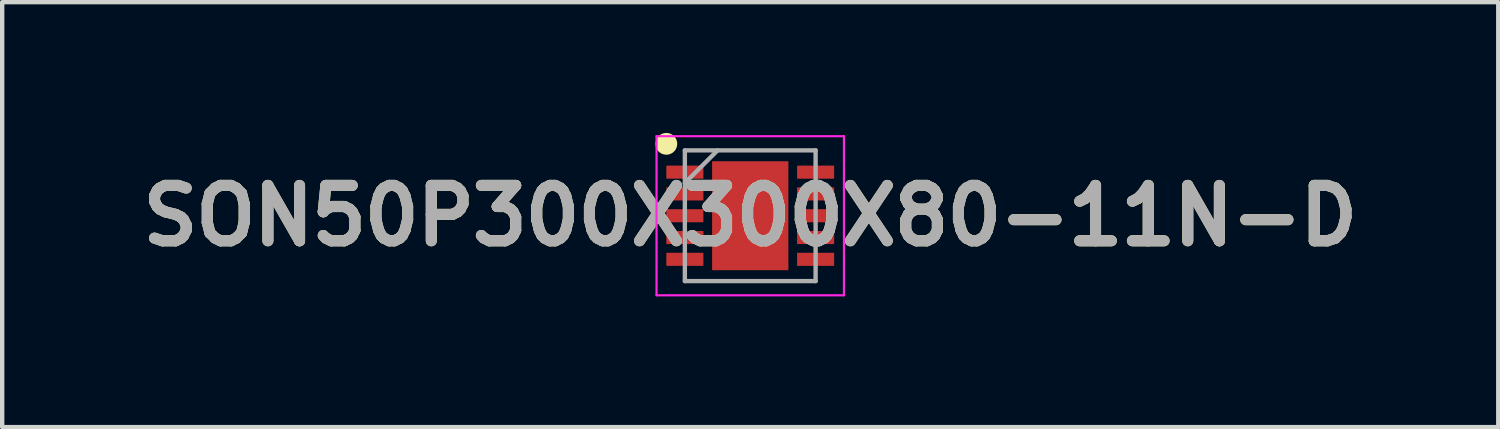
<source format=kicad_pcb>
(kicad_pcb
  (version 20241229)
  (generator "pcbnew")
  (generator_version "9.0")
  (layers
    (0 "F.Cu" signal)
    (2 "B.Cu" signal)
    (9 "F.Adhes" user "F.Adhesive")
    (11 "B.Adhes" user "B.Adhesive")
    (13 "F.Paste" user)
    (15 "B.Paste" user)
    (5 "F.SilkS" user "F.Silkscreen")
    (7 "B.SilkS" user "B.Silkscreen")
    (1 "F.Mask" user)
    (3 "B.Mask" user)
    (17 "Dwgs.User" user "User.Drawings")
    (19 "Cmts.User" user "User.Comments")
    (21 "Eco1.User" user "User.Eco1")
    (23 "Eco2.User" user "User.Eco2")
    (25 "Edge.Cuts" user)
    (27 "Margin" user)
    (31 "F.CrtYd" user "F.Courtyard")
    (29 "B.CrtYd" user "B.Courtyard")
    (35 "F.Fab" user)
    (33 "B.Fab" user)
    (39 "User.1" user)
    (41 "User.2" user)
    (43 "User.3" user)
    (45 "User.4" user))
  (footprint "SON50P300X300X80-11N-D"
    (layer "F.Cu")
    (at 14.164 1.9)
    (property "Reference" "SON50P300X300X80-11N-D" (at 0 0 0) (layer "F.SilkS") (effects (font (size 1.27 1.27) (thickness 0.254))))
    (attr smd)
    (fp_circle (center -1.925 -1.65) (end -1.925 -1.525) (stroke (width 0.25) (type solid)) (fill no) (layer "F.SilkS"))
    (fp_line (start -2.15 -1.825) (end 2.15 -1.825) (stroke (width 0.05) (type solid)) (layer "F.CrtYd"))
    (fp_line (start -2.15 1.825) (end -2.15 -1.825) (stroke (width 0.05) (type solid)) (layer "F.CrtYd"))
    (fp_line (start 2.15 -1.825) (end 2.15 1.825) (stroke (width 0.05) (type solid)) (layer "F.CrtYd"))
    (fp_line (start 2.15 1.825) (end -2.15 1.825) (stroke (width 0.05) (type solid)) (layer "F.CrtYd"))
    (fp_line (start -1.5 -1.5) (end 1.5 -1.5) (stroke (width 0.1) (type solid)) (layer "F.Fab"))
    (fp_line (start -1.5 -0.75) (end -0.75 -1.5) (stroke (width 0.1) (type solid)) (layer "F.Fab"))
    (fp_line (start -1.5 1.5) (end -1.5 -1.5) (stroke (width 0.1) (type solid)) (layer "F.Fab"))
    (fp_line (start 1.5 -1.5) (end 1.5 1.5) (stroke (width 0.1) (type solid)) (layer "F.Fab"))
    (fp_line (start 1.5 1.5) (end -1.5 1.5) (stroke (width 0.1) (type solid)) (layer "F.Fab"))
    (fp_text user "${REFERENCE}" (at 0 0 0) (layer "F.Fab") (effects (font (size 1.27 1.27) (thickness 0.254))))
    (pad "1" smd rect (at -1.5 -1 90) (size 0.3 0.85) (layers "F.Cu" "F.Mask" "F.Paste"))
    (pad "2" smd rect (at -1.5 -0.5 90) (size 0.3 0.85) (layers "F.Cu" "F.Mask" "F.Paste"))
    (pad "3" smd rect (at -1.5 0 90) (size 0.3 0.85) (layers "F.Cu" "F.Mask" "F.Paste"))
    (pad "4" smd rect (at -1.5 0.5 90) (size 0.3 0.85) (layers "F.Cu" "F.Mask" "F.Paste"))
    (pad "5" smd rect (at -1.5 1 90) (size 0.3 0.85) (layers "F.Cu" "F.Mask" "F.Paste"))
    (pad "6" smd rect (at 1.5 1 90) (size 0.3 0.85) (layers "F.Cu" "F.Mask" "F.Paste"))
    (pad "7" smd rect (at 1.5 0.5 90) (size 0.3 0.85) (layers "F.Cu" "F.Mask" "F.Paste"))
    (pad "8" smd rect (at 1.5 0 90) (size 0.3 0.85) (layers "F.Cu" "F.Mask" "F.Paste"))
    (pad "9" smd rect (at 1.5 -0.5 90) (size 0.3 0.85) (layers "F.Cu" "F.Mask" "F.Paste"))
    (pad "10" smd rect (at 1.5 -1 90) (size 0.3 0.85) (layers "F.Cu" "F.Mask" "F.Paste"))
    (pad "11" smd rect (at 0 0) (size 1.75 2.5) (layers "F.Cu" "F.Mask" "F.Paste")))
  (gr_rect
    (start -3 -3)
    (end 31.327 6.75)
    (stroke (width 0.1) (type default))
    (fill no)
    (layer "Edge.Cuts")))
</source>
